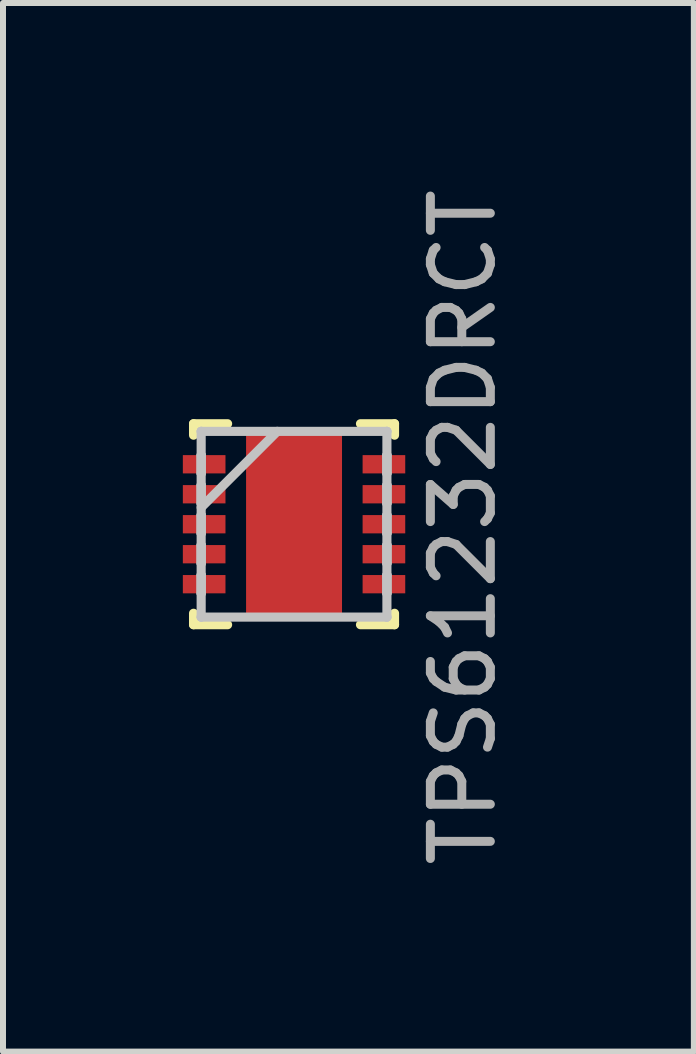
<source format=kicad_pcb>
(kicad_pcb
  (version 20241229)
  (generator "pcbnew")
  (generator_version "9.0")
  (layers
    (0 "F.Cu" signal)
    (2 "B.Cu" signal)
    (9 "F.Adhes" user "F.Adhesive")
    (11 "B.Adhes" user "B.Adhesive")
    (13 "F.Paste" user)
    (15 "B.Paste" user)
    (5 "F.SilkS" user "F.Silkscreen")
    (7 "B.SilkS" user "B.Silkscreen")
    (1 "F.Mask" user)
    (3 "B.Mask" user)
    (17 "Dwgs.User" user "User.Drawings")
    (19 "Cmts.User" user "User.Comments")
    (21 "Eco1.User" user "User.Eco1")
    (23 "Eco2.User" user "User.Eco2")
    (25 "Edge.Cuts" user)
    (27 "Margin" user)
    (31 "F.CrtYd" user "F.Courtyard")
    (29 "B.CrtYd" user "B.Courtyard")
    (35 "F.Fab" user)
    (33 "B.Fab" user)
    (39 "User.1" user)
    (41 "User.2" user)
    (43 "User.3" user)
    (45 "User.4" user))
  (footprint "TPS61232DRCT"
    (layer "F.Cu")
    (at 1.854 5.693)
    (property "Reference" "TPS61232DRCT" (at 2.819 0.051 90) (layer "F.Fab") (effects (font (size 1 1) (thickness 0.15))))
    (attr through_hole)
    (fp_line (start -1.676 -1.676) (end -1.676 -1.485) (stroke (width 0.152) (type solid)) (layer "F.SilkS"))
    (fp_line (start -1.676 1.485) (end -1.676 1.676) (stroke (width 0.152) (type solid)) (layer "F.SilkS"))
    (fp_line (start -1.676 1.676) (end -1.108 1.676) (stroke (width 0.152) (type solid)) (layer "F.SilkS"))
    (fp_line (start -1.108 -1.676) (end -1.676 -1.676) (stroke (width 0.152) (type solid)) (layer "F.SilkS"))
    (fp_line (start 1.108 1.676) (end 1.676 1.676) (stroke (width 0.152) (type solid)) (layer "F.SilkS"))
    (fp_line (start 1.676 -1.676) (end 1.108 -1.676) (stroke (width 0.152) (type solid)) (layer "F.SilkS"))
    (fp_line (start 1.676 -1.485) (end 1.676 -1.676) (stroke (width 0.152) (type solid)) (layer "F.SilkS"))
    (fp_line (start 1.676 1.676) (end 1.676 1.485) (stroke (width 0.152) (type solid)) (layer "F.SilkS"))
    (fp_line (start -1.549 -1.549) (end -1.549 -1.549) (stroke (width 0.152) (type solid)) (layer "Dwgs.User"))
    (fp_line (start -1.549 -1.549) (end -1.549 1.549) (stroke (width 0.152) (type solid)) (layer "Dwgs.User"))
    (fp_line (start -1.549 -1.152) (end -1.549 -1.152) (stroke (width 0.152) (type solid)) (layer "Dwgs.User"))
    (fp_line (start -1.549 -1.152) (end -1.549 -0.848) (stroke (width 0.152) (type solid)) (layer "Dwgs.User"))
    (fp_line (start -1.549 -0.848) (end -1.549 -1.152) (stroke (width 0.152) (type solid)) (layer "Dwgs.User"))
    (fp_line (start -1.549 -0.848) (end -1.549 -0.848) (stroke (width 0.152) (type solid)) (layer "Dwgs.User"))
    (fp_line (start -1.549 -0.652) (end -1.549 -0.652) (stroke (width 0.152) (type solid)) (layer "Dwgs.User"))
    (fp_line (start -1.549 -0.652) (end -1.549 -0.348) (stroke (width 0.152) (type solid)) (layer "Dwgs.User"))
    (fp_line (start -1.549 -0.348) (end -1.549 -0.652) (stroke (width 0.152) (type solid)) (layer "Dwgs.User"))
    (fp_line (start -1.549 -0.348) (end -1.549 -0.348) (stroke (width 0.152) (type solid)) (layer "Dwgs.User"))
    (fp_line (start -1.549 -0.279) (end -0.279 -1.549) (stroke (width 0.152) (type solid)) (layer "Dwgs.User"))
    (fp_line (start -1.549 -0.152) (end -1.549 -0.152) (stroke (width 0.152) (type solid)) (layer "Dwgs.User"))
    (fp_line (start -1.549 -0.152) (end -1.549 0.152) (stroke (width 0.152) (type solid)) (layer "Dwgs.User"))
    (fp_line (start -1.549 0.152) (end -1.549 -0.152) (stroke (width 0.152) (type solid)) (layer "Dwgs.User"))
    (fp_line (start -1.549 0.152) (end -1.549 0.152) (stroke (width 0.152) (type solid)) (layer "Dwgs.User"))
    (fp_line (start -1.549 0.348) (end -1.549 0.348) (stroke (width 0.152) (type solid)) (layer "Dwgs.User"))
    (fp_line (start -1.549 0.348) (end -1.549 0.652) (stroke (width 0.152) (type solid)) (layer "Dwgs.User"))
    (fp_line (start -1.549 0.652) (end -1.549 0.348) (stroke (width 0.152) (type solid)) (layer "Dwgs.User"))
    (fp_line (start -1.549 0.652) (end -1.549 0.652) (stroke (width 0.152) (type solid)) (layer "Dwgs.User"))
    (fp_line (start -1.549 0.848) (end -1.549 0.848) (stroke (width 0.152) (type solid)) (layer "Dwgs.User"))
    (fp_line (start -1.549 0.848) (end -1.549 1.152) (stroke (width 0.152) (type solid)) (layer "Dwgs.User"))
    (fp_line (start -1.549 1.152) (end -1.549 0.848) (stroke (width 0.152) (type solid)) (layer "Dwgs.User"))
    (fp_line (start -1.549 1.152) (end -1.549 1.152) (stroke (width 0.152) (type solid)) (layer "Dwgs.User"))
    (fp_line (start -1.549 1.549) (end -1.549 1.549) (stroke (width 0.152) (type solid)) (layer "Dwgs.User"))
    (fp_line (start -1.549 1.549) (end 1.549 1.549) (stroke (width 0.152) (type solid)) (layer "Dwgs.User"))
    (fp_line (start 1.549 -1.549) (end -1.549 -1.549) (stroke (width 0.152) (type solid)) (layer "Dwgs.User"))
    (fp_line (start 1.549 -1.549) (end 1.549 -1.549) (stroke (width 0.152) (type solid)) (layer "Dwgs.User"))
    (fp_line (start 1.549 -1.152) (end 1.549 -1.152) (stroke (width 0.152) (type solid)) (layer "Dwgs.User"))
    (fp_line (start 1.549 -1.152) (end 1.549 -0.848) (stroke (width 0.152) (type solid)) (layer "Dwgs.User"))
    (fp_line (start 1.549 -0.848) (end 1.549 -1.152) (stroke (width 0.152) (type solid)) (layer "Dwgs.User"))
    (fp_line (start 1.549 -0.848) (end 1.549 -0.848) (stroke (width 0.152) (type solid)) (layer "Dwgs.User"))
    (fp_line (start 1.549 -0.652) (end 1.549 -0.652) (stroke (width 0.152) (type solid)) (layer "Dwgs.User"))
    (fp_line (start 1.549 -0.652) (end 1.549 -0.348) (stroke (width 0.152) (type solid)) (layer "Dwgs.User"))
    (fp_line (start 1.549 -0.348) (end 1.549 -0.652) (stroke (width 0.152) (type solid)) (layer "Dwgs.User"))
    (fp_line (start 1.549 -0.348) (end 1.549 -0.348) (stroke (width 0.152) (type solid)) (layer "Dwgs.User"))
    (fp_line (start 1.549 -0.152) (end 1.549 -0.152) (stroke (width 0.152) (type solid)) (layer "Dwgs.User"))
    (fp_line (start 1.549 -0.152) (end 1.549 0.152) (stroke (width 0.152) (type solid)) (layer "Dwgs.User"))
    (fp_line (start 1.549 0.152) (end 1.549 -0.152) (stroke (width 0.152) (type solid)) (layer "Dwgs.User"))
    (fp_line (start 1.549 0.152) (end 1.549 0.152) (stroke (width 0.152) (type solid)) (layer "Dwgs.User"))
    (fp_line (start 1.549 0.348) (end 1.549 0.348) (stroke (width 0.152) (type solid)) (layer "Dwgs.User"))
    (fp_line (start 1.549 0.348) (end 1.549 0.652) (stroke (width 0.152) (type solid)) (layer "Dwgs.User"))
    (fp_line (start 1.549 0.652) (end 1.549 0.348) (stroke (width 0.152) (type solid)) (layer "Dwgs.User"))
    (fp_line (start 1.549 0.652) (end 1.549 0.652) (stroke (width 0.152) (type solid)) (layer "Dwgs.User"))
    (fp_line (start 1.549 0.848) (end 1.549 0.848) (stroke (width 0.152) (type solid)) (layer "Dwgs.User"))
    (fp_line (start 1.549 0.848) (end 1.549 1.152) (stroke (width 0.152) (type solid)) (layer "Dwgs.User"))
    (fp_line (start 1.549 1.152) (end 1.549 0.848) (stroke (width 0.152) (type solid)) (layer "Dwgs.User"))
    (fp_line (start 1.549 1.152) (end 1.549 1.152) (stroke (width 0.152) (type solid)) (layer "Dwgs.User"))
    (fp_line (start 1.549 1.549) (end 1.549 -1.549) (stroke (width 0.152) (type solid)) (layer "Dwgs.User"))
    (fp_line (start 1.549 1.549) (end 1.549 1.549) (stroke (width 0.152) (type solid)) (layer "Dwgs.User"))
    (pad "1" smd rect (at -1.499 -1 90) (size 0.305 0.711) (layers "F.Cu" "F.Mask" "F.Paste"))
    (pad "2" smd rect (at -1.499 -0.5 90) (size 0.305 0.711) (layers "F.Cu" "F.Mask" "F.Paste"))
    (pad "3" smd rect (at -1.499 0 90) (size 0.305 0.711) (layers "F.Cu" "F.Mask" "F.Paste"))
    (pad "4" smd rect (at -1.499 0.5 90) (size 0.305 0.711) (layers "F.Cu" "F.Mask" "F.Paste"))
    (pad "5" smd rect (at -1.499 1 90) (size 0.305 0.711) (layers "F.Cu" "F.Mask" "F.Paste"))
    (pad "6" smd rect (at 1.499 1 90) (size 0.305 0.711) (layers "F.Cu" "F.Mask" "F.Paste"))
    (pad "7" smd rect (at 1.499 0.5 90) (size 0.305 0.711) (layers "F.Cu" "F.Mask" "F.Paste"))
    (pad "8" smd rect (at 1.499 0 90) (size 0.305 0.711) (layers "F.Cu" "F.Mask" "F.Paste"))
    (pad "9" smd rect (at 1.499 -0.5 90) (size 0.305 0.711) (layers "F.Cu" "F.Mask" "F.Paste"))
    (pad "10" smd rect (at 1.499 -1 90) (size 0.305 0.711) (layers "F.Cu" "F.Mask" "F.Paste"))
    (pad "11" smd rect (at 0 0) (size 1.6 3.099) (layers "F.Cu" "F.Mask" "F.Paste")))
  (gr_rect
    (start -3 -3)
    (end 8.522 14.488)
    (stroke (width 0.1) (type default))
    (fill no)
    (layer "Edge.Cuts")))
</source>
